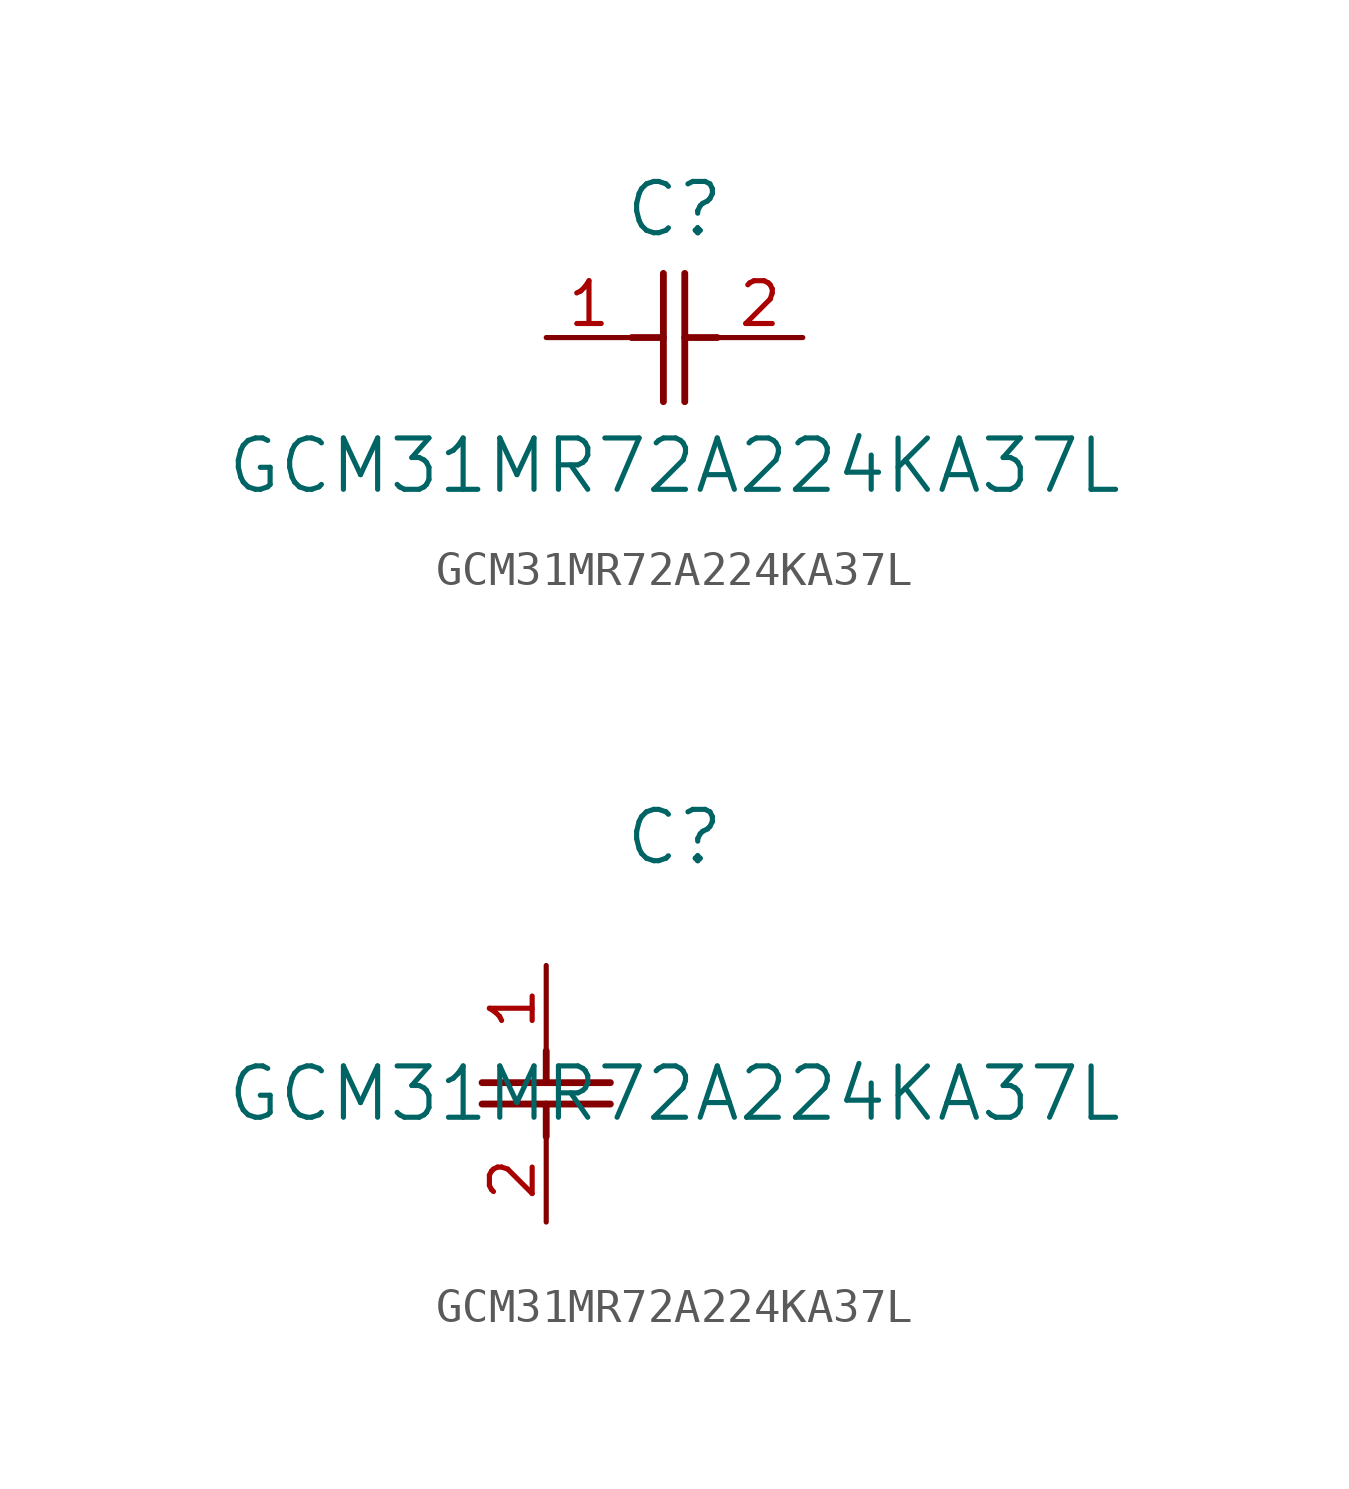
<source format=kicad_sym>
(kicad_symbol_lib
  (version 20211014)
  (generator kicad_symbol_editor)
  (symbol "GCM31MR72A224KA37L"
    (pin_names
      (offset 0.254))
    (property "Reference" "C"
      (at 3.81 3.81 0)
      (effects (font (size 1.524 1.524))))
    (property "Value" "GCM31MR72A224KA37L"
      (at 3.81 -3.81 0)
      (effects (font (size 1.524 1.524))))
    (symbol "GCM31MR72A224KA37L_1_1"
      (polyline (pts (xy 3.48 -1.905) (xy 3.48 1.905)) (stroke (width 0.203) (type default) (color 0 0 0 0)) (fill (type none)))
      (polyline (pts (xy 4.115 -1.905) (xy 4.115 1.905)) (stroke (width 0.203) (type default) (color 0 0 0 0)) (fill (type none)))
      (polyline (pts (xy 4.115 0) (xy 5.08 0)) (stroke (width 0.203) (type default) (color 0 0 0 0)) (fill (type none)))
      (polyline (pts (xy 2.54 0) (xy 3.48 0)) (stroke (width 0.203) (type default) (color 0 0 0 0)) (fill (type none)))
      (pin unspecified line (at 0 0 0) (length 2.54) (name "" (effects (font (size 1.27 1.27)))) (number "1" (effects (font (size 1.27 1.27)))))
      (pin unspecified line (at 7.62 0 180) (length 2.54) (name "" (effects (font (size 1.27 1.27)))) (number "2" (effects (font (size 1.27 1.27))))))
    (symbol "GCM31MR72A224KA37L_1_2"
      (polyline (pts (xy -1.905 -3.48) (xy 1.905 -3.48)) (stroke (width 0.203) (type default) (color 0 0 0 0)) (fill (type none)))
      (polyline (pts (xy -1.905 -4.115) (xy 1.905 -4.115)) (stroke (width 0.203) (type default) (color 0 0 0 0)) (fill (type none)))
      (polyline (pts (xy 0 -4.115) (xy 0 -5.08)) (stroke (width 0.203) (type default) (color 0 0 0 0)) (fill (type none)))
      (polyline (pts (xy 0 -2.54) (xy 0 -3.48)) (stroke (width 0.203) (type default) (color 0 0 0 0)) (fill (type none)))
      (pin unspecified line (at 0 0 270) (length 2.54) (name "" (effects (font (size 1.27 1.27)))) (number "1" (effects (font (size 1.27 1.27)))))
      (pin unspecified line (at 0 -7.62 90) (length 2.54) (name "" (effects (font (size 1.27 1.27)))) (number "2" (effects (font (size 1.27 1.27))))))))
</source>
